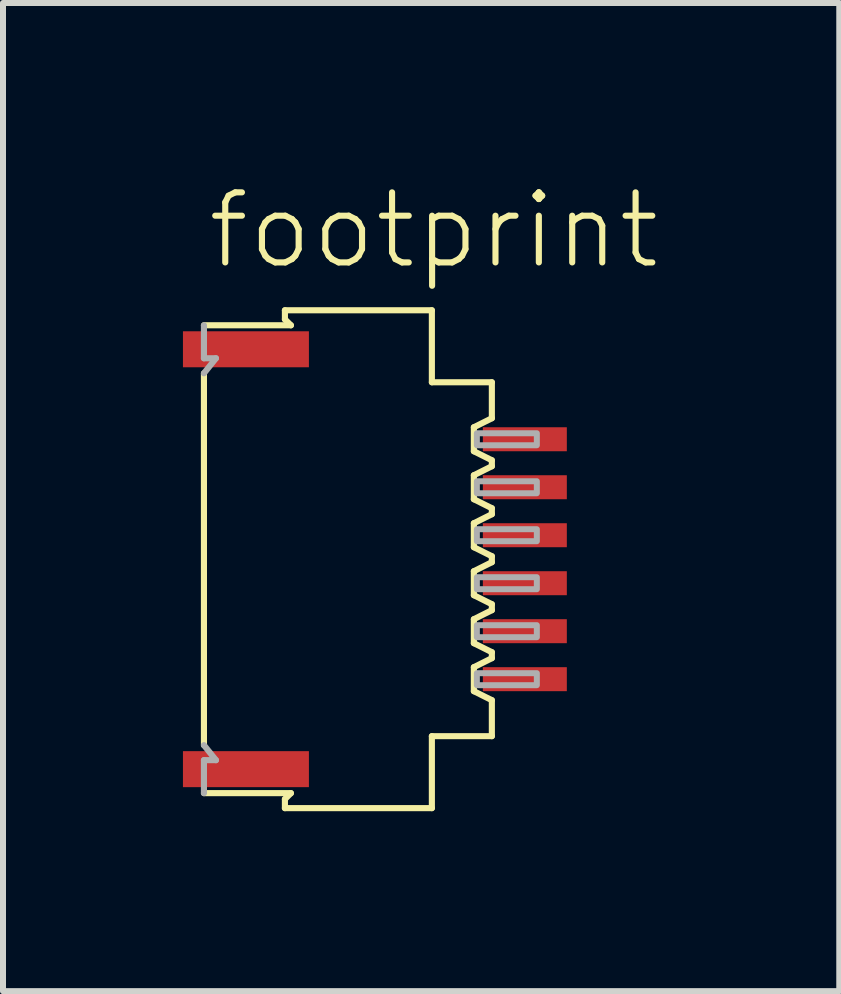
<source format=kicad_pcb>
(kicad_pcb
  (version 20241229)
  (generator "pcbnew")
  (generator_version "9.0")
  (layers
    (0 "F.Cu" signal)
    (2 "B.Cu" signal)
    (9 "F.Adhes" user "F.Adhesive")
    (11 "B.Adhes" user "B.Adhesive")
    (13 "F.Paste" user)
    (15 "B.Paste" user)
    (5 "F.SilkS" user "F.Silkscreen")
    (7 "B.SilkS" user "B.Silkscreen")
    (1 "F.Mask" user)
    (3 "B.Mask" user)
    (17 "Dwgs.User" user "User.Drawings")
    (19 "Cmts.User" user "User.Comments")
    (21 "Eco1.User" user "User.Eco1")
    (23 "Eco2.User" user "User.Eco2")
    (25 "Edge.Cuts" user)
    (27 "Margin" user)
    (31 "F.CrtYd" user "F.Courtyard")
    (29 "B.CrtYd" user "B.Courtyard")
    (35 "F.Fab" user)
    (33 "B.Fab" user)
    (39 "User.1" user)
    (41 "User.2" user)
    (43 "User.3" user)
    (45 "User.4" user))
  (footprint "footprint"
    (layer "F.Cu")
    (at 3.16 6.273)
    (property "Reference" "footprint" (at -2.8 -4.8 0) (layer "F.SilkS") (effects (font (size 1.168 1.168) (thickness 0.102)) (justify left bottom)))
    (fp_line (start -2.81 -3.1) (end -2.81 3.1) (stroke (width 0.102) (type solid)) (layer "F.SilkS"))
    (fp_line (start -1.46 -4.15) (end -1.46 -4) (stroke (width 0.102) (type solid)) (layer "F.SilkS"))
    (fp_line (start -1.46 -4) (end -1.36 -3.9) (stroke (width 0.102) (type solid)) (layer "F.SilkS"))
    (fp_line (start -1.46 4) (end -1.46 4.15) (stroke (width 0.102) (type solid)) (layer "F.SilkS"))
    (fp_line (start -1.36 -3.9) (end -2.81 -3.9) (stroke (width 0.102) (type solid)) (layer "F.SilkS"))
    (fp_line (start -1.36 3.9) (end -2.81 3.9) (stroke (width 0.102) (type solid)) (layer "F.SilkS"))
    (fp_line (start -1.36 3.9) (end -1.46 4) (stroke (width 0.102) (type solid)) (layer "F.SilkS"))
    (fp_line (start 0.99 -4.15) (end -1.46 -4.15) (stroke (width 0.102) (type solid)) (layer "F.SilkS"))
    (fp_line (start 0.99 -2.95) (end 0.99 -4.15) (stroke (width 0.102) (type solid)) (layer "F.SilkS"))
    (fp_line (start 0.99 2.95) (end 1.99 2.95) (stroke (width 0.102) (type solid)) (layer "F.SilkS"))
    (fp_line (start 0.99 4.15) (end -1.46 4.15) (stroke (width 0.102) (type solid)) (layer "F.SilkS"))
    (fp_line (start 0.99 4.15) (end 0.99 2.95) (stroke (width 0.102) (type solid)) (layer "F.SilkS"))
    (fp_line (start 1.69 -2.2) (end 1.99 -2.35) (stroke (width 0.102) (type solid)) (layer "F.SilkS"))
    (fp_line (start 1.69 -1.8) (end 1.69 -2.2) (stroke (width 0.102) (type solid)) (layer "F.SilkS"))
    (fp_line (start 1.69 -1.4) (end 1.69 -1) (stroke (width 0.102) (type solid)) (layer "F.SilkS"))
    (fp_line (start 1.69 -1) (end 1.99 -0.85) (stroke (width 0.102) (type solid)) (layer "F.SilkS"))
    (fp_line (start 1.69 -0.2) (end 1.69 -0.6) (stroke (width 0.102) (type solid)) (layer "F.SilkS"))
    (fp_line (start 1.69 0.2) (end 1.69 0.6) (stroke (width 0.102) (type solid)) (layer "F.SilkS"))
    (fp_line (start 1.69 0.6) (end 1.99 0.75) (stroke (width 0.102) (type solid)) (layer "F.SilkS"))
    (fp_line (start 1.69 1.4) (end 1.69 1) (stroke (width 0.102) (type solid)) (layer "F.SilkS"))
    (fp_line (start 1.69 1.8) (end 1.69 2.2) (stroke (width 0.102) (type solid)) (layer "F.SilkS"))
    (fp_line (start 1.69 2.2) (end 1.99 2.35) (stroke (width 0.102) (type solid)) (layer "F.SilkS"))
    (fp_line (start 1.99 -2.95) (end 0.99 -2.95) (stroke (width 0.102) (type solid)) (layer "F.SilkS"))
    (fp_line (start 1.99 -2.35) (end 1.99 -2.95) (stroke (width 0.102) (type solid)) (layer "F.SilkS"))
    (fp_line (start 1.99 -1.65) (end 1.69 -1.8) (stroke (width 0.102) (type solid)) (layer "F.SilkS"))
    (fp_line (start 1.99 -1.65) (end 1.99 -1.55) (stroke (width 0.102) (type solid)) (layer "F.SilkS"))
    (fp_line (start 1.99 -1.55) (end 1.69 -1.4) (stroke (width 0.102) (type solid)) (layer "F.SilkS"))
    (fp_line (start 1.99 -0.85) (end 1.99 -0.75) (stroke (width 0.102) (type solid)) (layer "F.SilkS"))
    (fp_line (start 1.99 -0.75) (end 1.69 -0.6) (stroke (width 0.102) (type solid)) (layer "F.SilkS"))
    (fp_line (start 1.99 -0.05) (end 1.69 -0.2) (stroke (width 0.102) (type solid)) (layer "F.SilkS"))
    (fp_line (start 1.99 -0.05) (end 1.99 0.05) (stroke (width 0.102) (type solid)) (layer "F.SilkS"))
    (fp_line (start 1.99 0.05) (end 1.69 0.2) (stroke (width 0.102) (type solid)) (layer "F.SilkS"))
    (fp_line (start 1.99 0.75) (end 1.99 0.85) (stroke (width 0.102) (type solid)) (layer "F.SilkS"))
    (fp_line (start 1.99 0.85) (end 1.69 1) (stroke (width 0.102) (type solid)) (layer "F.SilkS"))
    (fp_line (start 1.99 1.55) (end 1.69 1.4) (stroke (width 0.102) (type solid)) (layer "F.SilkS"))
    (fp_line (start 1.99 1.55) (end 1.99 1.65) (stroke (width 0.102) (type solid)) (layer "F.SilkS"))
    (fp_line (start 1.99 1.65) (end 1.69 1.8) (stroke (width 0.102) (type solid)) (layer "F.SilkS"))
    (fp_line (start 1.99 2.95) (end 1.99 2.35) (stroke (width 0.102) (type solid)) (layer "F.SilkS"))
    (fp_line (start -2.81 -3.9) (end -2.81 -3.35) (stroke (width 0.102) (type solid)) (layer "F.Fab"))
    (fp_line (start -2.81 -3.35) (end -2.61 -3.35) (stroke (width 0.102) (type solid)) (layer "F.Fab"))
    (fp_line (start -2.81 3.1) (end -2.61 3.35) (stroke (width 0.102) (type solid)) (layer "F.Fab"))
    (fp_line (start -2.81 3.35) (end -2.81 3.9) (stroke (width 0.102) (type solid)) (layer "F.Fab"))
    (fp_line (start -2.81 3.35) (end -2.61 3.35) (stroke (width 0.102) (type solid)) (layer "F.Fab"))
    (fp_line (start -2.61 -3.35) (end -2.81 -3.1) (stroke (width 0.102) (type solid)) (layer "F.Fab"))
    (fp_poly (pts (xy 1.74 -1.9) (xy 2.74 -1.9) (xy 2.74 -2.1) (xy 1.74 -2.1)) (stroke (width 0.1) (type solid)) (fill no) (layer "F.Fab"))
    (fp_poly (pts (xy 1.74 -1.1) (xy 2.74 -1.1) (xy 2.74 -1.3) (xy 1.74 -1.3)) (stroke (width 0.1) (type solid)) (fill no) (layer "F.Fab"))
    (fp_poly (pts (xy 1.74 -0.3) (xy 2.74 -0.3) (xy 2.74 -0.5) (xy 1.74 -0.5)) (stroke (width 0.1) (type solid)) (fill no) (layer "F.Fab"))
    (fp_poly (pts (xy 1.74 0.5) (xy 2.74 0.5) (xy 2.74 0.3) (xy 1.74 0.3)) (stroke (width 0.1) (type solid)) (fill no) (layer "F.Fab"))
    (fp_poly (pts (xy 1.74 1.3) (xy 2.74 1.3) (xy 2.74 1.1) (xy 1.74 1.1)) (stroke (width 0.1) (type solid)) (fill no) (layer "F.Fab"))
    (fp_poly (pts (xy 1.74 2.1) (xy 2.74 2.1) (xy 2.74 1.9) (xy 1.74 1.9)) (stroke (width 0.1) (type solid)) (fill no) (layer "F.Fab"))
    (pad "1" smd rect (at 2.54 -2) (size 1.4 0.4) (layers "F.Cu" "F.Mask" "F.Paste"))
    (pad "2" smd rect (at 2.54 -1.2) (size 1.4 0.4) (layers "F.Cu" "F.Mask" "F.Paste"))
    (pad "3" smd rect (at 2.54 -0.4) (size 1.4 0.4) (layers "F.Cu" "F.Mask" "F.Paste"))
    (pad "4" smd rect (at 2.54 0.4) (size 1.4 0.4) (layers "F.Cu" "F.Mask" "F.Paste"))
    (pad "5" smd rect (at 2.54 1.2) (size 1.4 0.4) (layers "F.Cu" "F.Mask" "F.Paste"))
    (pad "6" smd rect (at 2.54 2) (size 1.4 0.4) (layers "F.Cu" "F.Mask" "F.Paste"))
    (pad "M1" smd rect (at -2.11 -3.5) (size 2.1 0.6) (layers "F.Cu" "F.Mask" "F.Paste"))
    (pad "M2" smd rect (at -2.11 3.5) (size 2.1 0.6) (layers "F.Cu" "F.Mask" "F.Paste")))
  (gr_rect
    (start -3 -3)
    (end 10.942 13.474)
    (stroke (width 0.1) (type default))
    (fill no)
    (layer "Edge.Cuts")))
</source>
